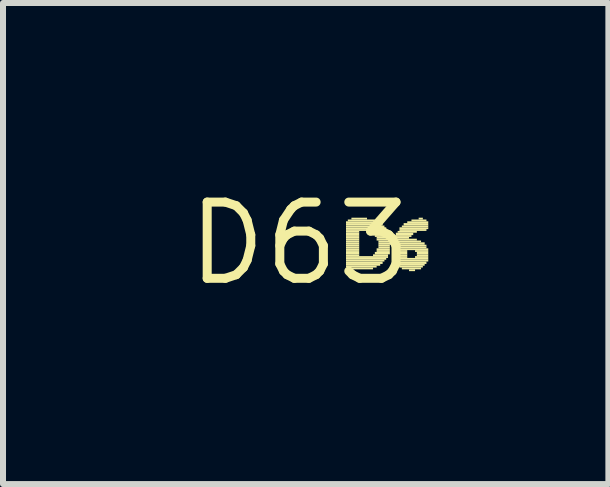
<source format=kicad_pcb>
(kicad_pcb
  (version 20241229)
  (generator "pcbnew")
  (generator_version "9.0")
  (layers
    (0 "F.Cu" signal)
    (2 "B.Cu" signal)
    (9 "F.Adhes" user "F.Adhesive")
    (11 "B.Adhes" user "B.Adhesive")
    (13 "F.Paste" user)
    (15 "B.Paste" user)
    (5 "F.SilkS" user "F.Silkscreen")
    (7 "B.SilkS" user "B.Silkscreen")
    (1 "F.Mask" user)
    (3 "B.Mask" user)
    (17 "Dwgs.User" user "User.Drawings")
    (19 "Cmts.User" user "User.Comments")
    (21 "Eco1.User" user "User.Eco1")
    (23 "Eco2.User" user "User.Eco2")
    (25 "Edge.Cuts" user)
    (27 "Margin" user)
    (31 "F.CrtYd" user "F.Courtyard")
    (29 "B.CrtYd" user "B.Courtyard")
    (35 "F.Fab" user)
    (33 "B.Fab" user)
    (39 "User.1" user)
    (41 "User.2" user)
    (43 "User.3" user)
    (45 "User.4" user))
  (footprint "D63"
    (layer "F.Cu")
    (at 1.943 1.006)
    (property "Reference" "D63" (at 0 0 0) (layer "F.SilkS") (effects (font (size 1.27 1.27) (thickness 0.15))))
    (fp_poly (pts (xy 0.77 -0.34) (xy 1.31 -0.34) (xy 1.31 -0.37) (xy 0.77 -0.37)) (stroke (width 0) (type default)) (fill yes) (layer "F.SilkS"))
    (fp_poly (pts (xy 0.77 -0.3) (xy 1.38 -0.3) (xy 1.38 -0.34) (xy 0.77 -0.34)) (stroke (width 0) (type default)) (fill yes) (layer "F.SilkS"))
    (fp_poly (pts (xy 0.77 -0.27) (xy 1.41 -0.27) (xy 1.41 -0.3) (xy 0.77 -0.3)) (stroke (width 0) (type default)) (fill yes) (layer "F.SilkS"))
    (fp_poly (pts (xy 0.77 -0.24) (xy 1.44 -0.24) (xy 1.44 -0.27) (xy 0.77 -0.27)) (stroke (width 0) (type default)) (fill yes) (layer "F.SilkS"))
    (fp_poly (pts (xy 0.77 -0.21) (xy 1.44 -0.21) (xy 1.44 -0.24) (xy 0.77 -0.24)) (stroke (width 0) (type default)) (fill yes) (layer "F.SilkS"))
    (fp_poly (pts (xy 0.77 -0.18) (xy 0.99 -0.18) (xy 0.99 -0.21) (xy 0.77 -0.21)) (stroke (width 0) (type default)) (fill yes) (layer "F.SilkS"))
    (fp_poly (pts (xy 0.77 -0.14) (xy 0.99 -0.14) (xy 0.99 -0.18) (xy 0.77 -0.18)) (stroke (width 0) (type default)) (fill yes) (layer "F.SilkS"))
    (fp_poly (pts (xy 0.77 -0.11) (xy 0.99 -0.11) (xy 0.99 -0.14) (xy 0.77 -0.14)) (stroke (width 0) (type default)) (fill yes) (layer "F.SilkS"))
    (fp_poly (pts (xy 0.77 -0.08) (xy 0.99 -0.08) (xy 0.99 -0.11) (xy 0.77 -0.11)) (stroke (width 0) (type default)) (fill yes) (layer "F.SilkS"))
    (fp_poly (pts (xy 0.77 -0.05) (xy 0.99 -0.05) (xy 0.99 -0.08) (xy 0.77 -0.08)) (stroke (width 0) (type default)) (fill yes) (layer "F.SilkS"))
    (fp_poly (pts (xy 0.77 -0.02) (xy 0.99 -0.02) (xy 0.99 -0.05) (xy 0.77 -0.05)) (stroke (width 0) (type default)) (fill yes) (layer "F.SilkS"))
    (fp_poly (pts (xy 0.77 0.02) (xy 0.99 0.02) (xy 0.99 -0.02) (xy 0.77 -0.02)) (stroke (width 0) (type default)) (fill yes) (layer "F.SilkS"))
    (fp_poly (pts (xy 0.77 0.05) (xy 0.99 0.05) (xy 0.99 0.02) (xy 0.77 0.02)) (stroke (width 0) (type default)) (fill yes) (layer "F.SilkS"))
    (fp_poly (pts (xy 0.77 0.08) (xy 0.99 0.08) (xy 0.99 0.05) (xy 0.77 0.05)) (stroke (width 0) (type default)) (fill yes) (layer "F.SilkS"))
    (fp_poly (pts (xy 0.77 0.11) (xy 0.99 0.11) (xy 0.99 0.08) (xy 0.77 0.08)) (stroke (width 0) (type default)) (fill yes) (layer "F.SilkS"))
    (fp_poly (pts (xy 0.77 0.14) (xy 0.99 0.14) (xy 0.99 0.11) (xy 0.77 0.11)) (stroke (width 0) (type default)) (fill yes) (layer "F.SilkS"))
    (fp_poly (pts (xy 0.77 0.18) (xy 0.99 0.18) (xy 0.99 0.14) (xy 0.77 0.14)) (stroke (width 0) (type default)) (fill yes) (layer "F.SilkS"))
    (fp_poly (pts (xy 0.77 0.21) (xy 0.99 0.21) (xy 0.99 0.18) (xy 0.77 0.18)) (stroke (width 0) (type default)) (fill yes) (layer "F.SilkS"))
    (fp_poly (pts (xy 0.77 0.24) (xy 1.47 0.24) (xy 1.47 0.21) (xy 0.77 0.21)) (stroke (width 0) (type default)) (fill yes) (layer "F.SilkS"))
    (fp_poly (pts (xy 0.77 0.27) (xy 1.44 0.27) (xy 1.44 0.24) (xy 0.77 0.24)) (stroke (width 0) (type default)) (fill yes) (layer "F.SilkS"))
    (fp_poly (pts (xy 0.77 0.3) (xy 1.41 0.3) (xy 1.41 0.27) (xy 0.77 0.27)) (stroke (width 0) (type default)) (fill yes) (layer "F.SilkS"))
    (fp_poly (pts (xy 0.77 0.34) (xy 1.38 0.34) (xy 1.38 0.3) (xy 0.77 0.3)) (stroke (width 0) (type default)) (fill yes) (layer "F.SilkS"))
    (fp_poly (pts (xy 0.77 0.37) (xy 1.34 0.37) (xy 1.34 0.34) (xy 0.77 0.34)) (stroke (width 0) (type default)) (fill yes) (layer "F.SilkS"))
    (fp_poly (pts (xy 0.77 0.4) (xy 1.28 0.4) (xy 1.28 0.37) (xy 0.77 0.37)) (stroke (width 0) (type default)) (fill yes) (layer "F.SilkS"))
    (fp_poly (pts (xy 0.8 -0.37) (xy 1.25 -0.37) (xy 1.25 -0.4) (xy 0.8 -0.4)) (stroke (width 0) (type default)) (fill yes) (layer "F.SilkS"))
    (fp_poly (pts (xy 0.8 0.43) (xy 1.22 0.43) (xy 1.22 0.4) (xy 0.8 0.4)) (stroke (width 0) (type default)) (fill yes) (layer "F.SilkS"))
    (fp_poly (pts (xy 0.86 -0.4) (xy 1.12 -0.4) (xy 1.12 -0.43) (xy 0.86 -0.43)) (stroke (width 0) (type default)) (fill yes) (layer "F.SilkS"))
    (fp_poly (pts (xy 1.15 -0.18) (xy 1.47 -0.18) (xy 1.47 -0.21) (xy 1.15 -0.21)) (stroke (width 0) (type default)) (fill yes) (layer "F.SilkS"))
    (fp_poly (pts (xy 1.22 -0.14) (xy 1.47 -0.14) (xy 1.47 -0.18) (xy 1.22 -0.18)) (stroke (width 0) (type default)) (fill yes) (layer "F.SilkS"))
    (fp_poly (pts (xy 1.22 0.21) (xy 1.47 0.21) (xy 1.47 0.18) (xy 1.22 0.18)) (stroke (width 0) (type default)) (fill yes) (layer "F.SilkS"))
    (fp_poly (pts (xy 1.25 -0.11) (xy 1.5 -0.11) (xy 1.5 -0.14) (xy 1.25 -0.14)) (stroke (width 0) (type default)) (fill yes) (layer "F.SilkS"))
    (fp_poly (pts (xy 1.25 0.18) (xy 1.5 0.18) (xy 1.5 0.14) (xy 1.25 0.14)) (stroke (width 0) (type default)) (fill yes) (layer "F.SilkS"))
    (fp_poly (pts (xy 1.28 -0.08) (xy 1.5 -0.08) (xy 1.5 -0.11) (xy 1.28 -0.11)) (stroke (width 0) (type default)) (fill yes) (layer "F.SilkS"))
    (fp_poly (pts (xy 1.28 -0.05) (xy 1.5 -0.05) (xy 1.5 -0.08) (xy 1.28 -0.08)) (stroke (width 0) (type default)) (fill yes) (layer "F.SilkS"))
    (fp_poly (pts (xy 1.28 0.11) (xy 1.5 0.11) (xy 1.5 0.08) (xy 1.28 0.08)) (stroke (width 0) (type default)) (fill yes) (layer "F.SilkS"))
    (fp_poly (pts (xy 1.28 0.14) (xy 1.5 0.14) (xy 1.5 0.11) (xy 1.28 0.11)) (stroke (width 0) (type default)) (fill yes) (layer "F.SilkS"))
    (fp_poly (pts (xy 1.31 -0.02) (xy 1.5 -0.02) (xy 1.5 -0.05) (xy 1.31 -0.05)) (stroke (width 0) (type default)) (fill yes) (layer "F.SilkS"))
    (fp_poly (pts (xy 1.31 0.02) (xy 1.54 0.02) (xy 1.54 -0.02) (xy 1.31 -0.02)) (stroke (width 0) (type default)) (fill yes) (layer "F.SilkS"))
    (fp_poly (pts (xy 1.31 0.05) (xy 1.5 0.05) (xy 1.5 0.02) (xy 1.31 0.02)) (stroke (width 0) (type default)) (fill yes) (layer "F.SilkS"))
    (fp_poly (pts (xy 1.31 0.08) (xy 1.5 0.08) (xy 1.5 0.05) (xy 1.31 0.05)) (stroke (width 0) (type default)) (fill yes) (layer "F.SilkS"))
    (fp_poly (pts (xy 1.57 -0.05) (xy 1.95 -0.05) (xy 1.95 -0.08) (xy 1.57 -0.08)) (stroke (width 0) (type default)) (fill yes) (layer "F.SilkS"))
    (fp_poly (pts (xy 1.57 -0.02) (xy 2.02 -0.02) (xy 2.02 -0.05) (xy 1.57 -0.05)) (stroke (width 0) (type default)) (fill yes) (layer "F.SilkS"))
    (fp_poly (pts (xy 1.57 0.02) (xy 2.08 0.02) (xy 2.08 -0.02) (xy 1.57 -0.02)) (stroke (width 0) (type default)) (fill yes) (layer "F.SilkS"))
    (fp_poly (pts (xy 1.57 0.05) (xy 2.11 0.05) (xy 2.11 0.02) (xy 1.57 0.02)) (stroke (width 0) (type default)) (fill yes) (layer "F.SilkS"))
    (fp_poly (pts (xy 1.57 0.08) (xy 2.11 0.08) (xy 2.11 0.05) (xy 1.57 0.05)) (stroke (width 0) (type default)) (fill yes) (layer "F.SilkS"))
    (fp_poly (pts (xy 1.57 0.11) (xy 2.14 0.11) (xy 2.14 0.08) (xy 1.57 0.08)) (stroke (width 0) (type default)) (fill yes) (layer "F.SilkS"))
    (fp_poly (pts (xy 1.57 0.14) (xy 1.79 0.14) (xy 1.79 0.11) (xy 1.57 0.11)) (stroke (width 0) (type default)) (fill yes) (layer "F.SilkS"))
    (fp_poly (pts (xy 1.57 0.18) (xy 1.79 0.18) (xy 1.79 0.14) (xy 1.57 0.14)) (stroke (width 0) (type default)) (fill yes) (layer "F.SilkS"))
    (fp_poly (pts (xy 1.57 0.21) (xy 1.79 0.21) (xy 1.79 0.18) (xy 1.57 0.18)) (stroke (width 0) (type default)) (fill yes) (layer "F.SilkS"))
    (fp_poly (pts (xy 1.57 0.24) (xy 1.79 0.24) (xy 1.79 0.21) (xy 1.57 0.21)) (stroke (width 0) (type default)) (fill yes) (layer "F.SilkS"))
    (fp_poly (pts (xy 1.57 0.27) (xy 2.14 0.27) (xy 2.14 0.24) (xy 1.57 0.24)) (stroke (width 0) (type default)) (fill yes) (layer "F.SilkS"))
    (fp_poly (pts (xy 1.6 -0.14) (xy 1.89 -0.14) (xy 1.89 -0.18) (xy 1.6 -0.18)) (stroke (width 0) (type default)) (fill yes) (layer "F.SilkS"))
    (fp_poly (pts (xy 1.6 -0.11) (xy 1.86 -0.11) (xy 1.86 -0.14) (xy 1.6 -0.14)) (stroke (width 0) (type default)) (fill yes) (layer "F.SilkS"))
    (fp_poly (pts (xy 1.6 -0.08) (xy 1.82 -0.08) (xy 1.82 -0.11) (xy 1.6 -0.11)) (stroke (width 0) (type default)) (fill yes) (layer "F.SilkS"))
    (fp_poly (pts (xy 1.6 0.3) (xy 2.14 0.3) (xy 2.14 0.27) (xy 1.6 0.27)) (stroke (width 0) (type default)) (fill yes) (layer "F.SilkS"))
    (fp_poly (pts (xy 1.6 0.34) (xy 2.11 0.34) (xy 2.11 0.3) (xy 1.6 0.3)) (stroke (width 0) (type default)) (fill yes) (layer "F.SilkS"))
    (fp_poly (pts (xy 1.63 -0.18) (xy 1.95 -0.18) (xy 1.95 -0.21) (xy 1.63 -0.21)) (stroke (width 0) (type default)) (fill yes) (layer "F.SilkS"))
    (fp_poly (pts (xy 1.63 0.37) (xy 2.08 0.37) (xy 2.08 0.34) (xy 1.63 0.34)) (stroke (width 0) (type default)) (fill yes) (layer "F.SilkS"))
    (fp_poly (pts (xy 1.66 -0.24) (xy 2.14 -0.24) (xy 2.14 -0.27) (xy 1.66 -0.27)) (stroke (width 0) (type default)) (fill yes) (layer "F.SilkS"))
    (fp_poly (pts (xy 1.66 -0.21) (xy 2.11 -0.21) (xy 2.11 -0.24) (xy 1.66 -0.24)) (stroke (width 0) (type default)) (fill yes) (layer "F.SilkS"))
    (fp_poly (pts (xy 1.66 0.4) (xy 2.05 0.4) (xy 2.05 0.37) (xy 1.66 0.37)) (stroke (width 0) (type default)) (fill yes) (layer "F.SilkS"))
    (fp_poly (pts (xy 1.7 -0.27) (xy 2.14 -0.27) (xy 2.14 -0.3) (xy 1.7 -0.3)) (stroke (width 0) (type default)) (fill yes) (layer "F.SilkS"))
    (fp_poly (pts (xy 1.7 0.43) (xy 2.02 0.43) (xy 2.02 0.4) (xy 1.7 0.4)) (stroke (width 0) (type default)) (fill yes) (layer "F.SilkS"))
    (fp_poly (pts (xy 1.73 -0.3) (xy 2.14 -0.3) (xy 2.14 -0.34) (xy 1.73 -0.34)) (stroke (width 0) (type default)) (fill yes) (layer "F.SilkS"))
    (fp_poly (pts (xy 1.79 -0.34) (xy 2.14 -0.34) (xy 2.14 -0.37) (xy 1.79 -0.37)) (stroke (width 0) (type default)) (fill yes) (layer "F.SilkS"))
    (fp_poly (pts (xy 1.82 0.46) (xy 1.92 0.46) (xy 1.92 0.43) (xy 1.82 0.43)) (stroke (width 0) (type default)) (fill yes) (layer "F.SilkS"))
    (fp_poly (pts (xy 1.86 -0.37) (xy 2.11 -0.37) (xy 2.11 -0.4) (xy 1.86 -0.4)) (stroke (width 0) (type default)) (fill yes) (layer "F.SilkS"))
    (fp_poly (pts (xy 1.92 0.14) (xy 2.14 0.14) (xy 2.14 0.11) (xy 1.92 0.11)) (stroke (width 0) (type default)) (fill yes) (layer "F.SilkS"))
    (fp_poly (pts (xy 1.92 0.24) (xy 2.14 0.24) (xy 2.14 0.21) (xy 1.92 0.21)) (stroke (width 0) (type default)) (fill yes) (layer "F.SilkS"))
    (fp_poly (pts (xy 1.95 0.18) (xy 2.14 0.18) (xy 2.14 0.14) (xy 1.95 0.14)) (stroke (width 0) (type default)) (fill yes) (layer "F.SilkS"))
    (fp_poly (pts (xy 1.95 0.21) (xy 2.14 0.21) (xy 2.14 0.18) (xy 1.95 0.18)) (stroke (width 0) (type default)) (fill yes) (layer "F.SilkS"))
    (fp_poly (pts (xy 1.98 -0.4) (xy 2.05 -0.4) (xy 2.05 -0.43) (xy 1.98 -0.43)) (stroke (width 0) (type default)) (fill yes) (layer "F.SilkS")))
  (gr_rect
    (start -3 -3)
    (end 7.083 5.012)
    (stroke (width 0.1) (type default))
    (fill no)
    (layer "Edge.Cuts")))
</source>
